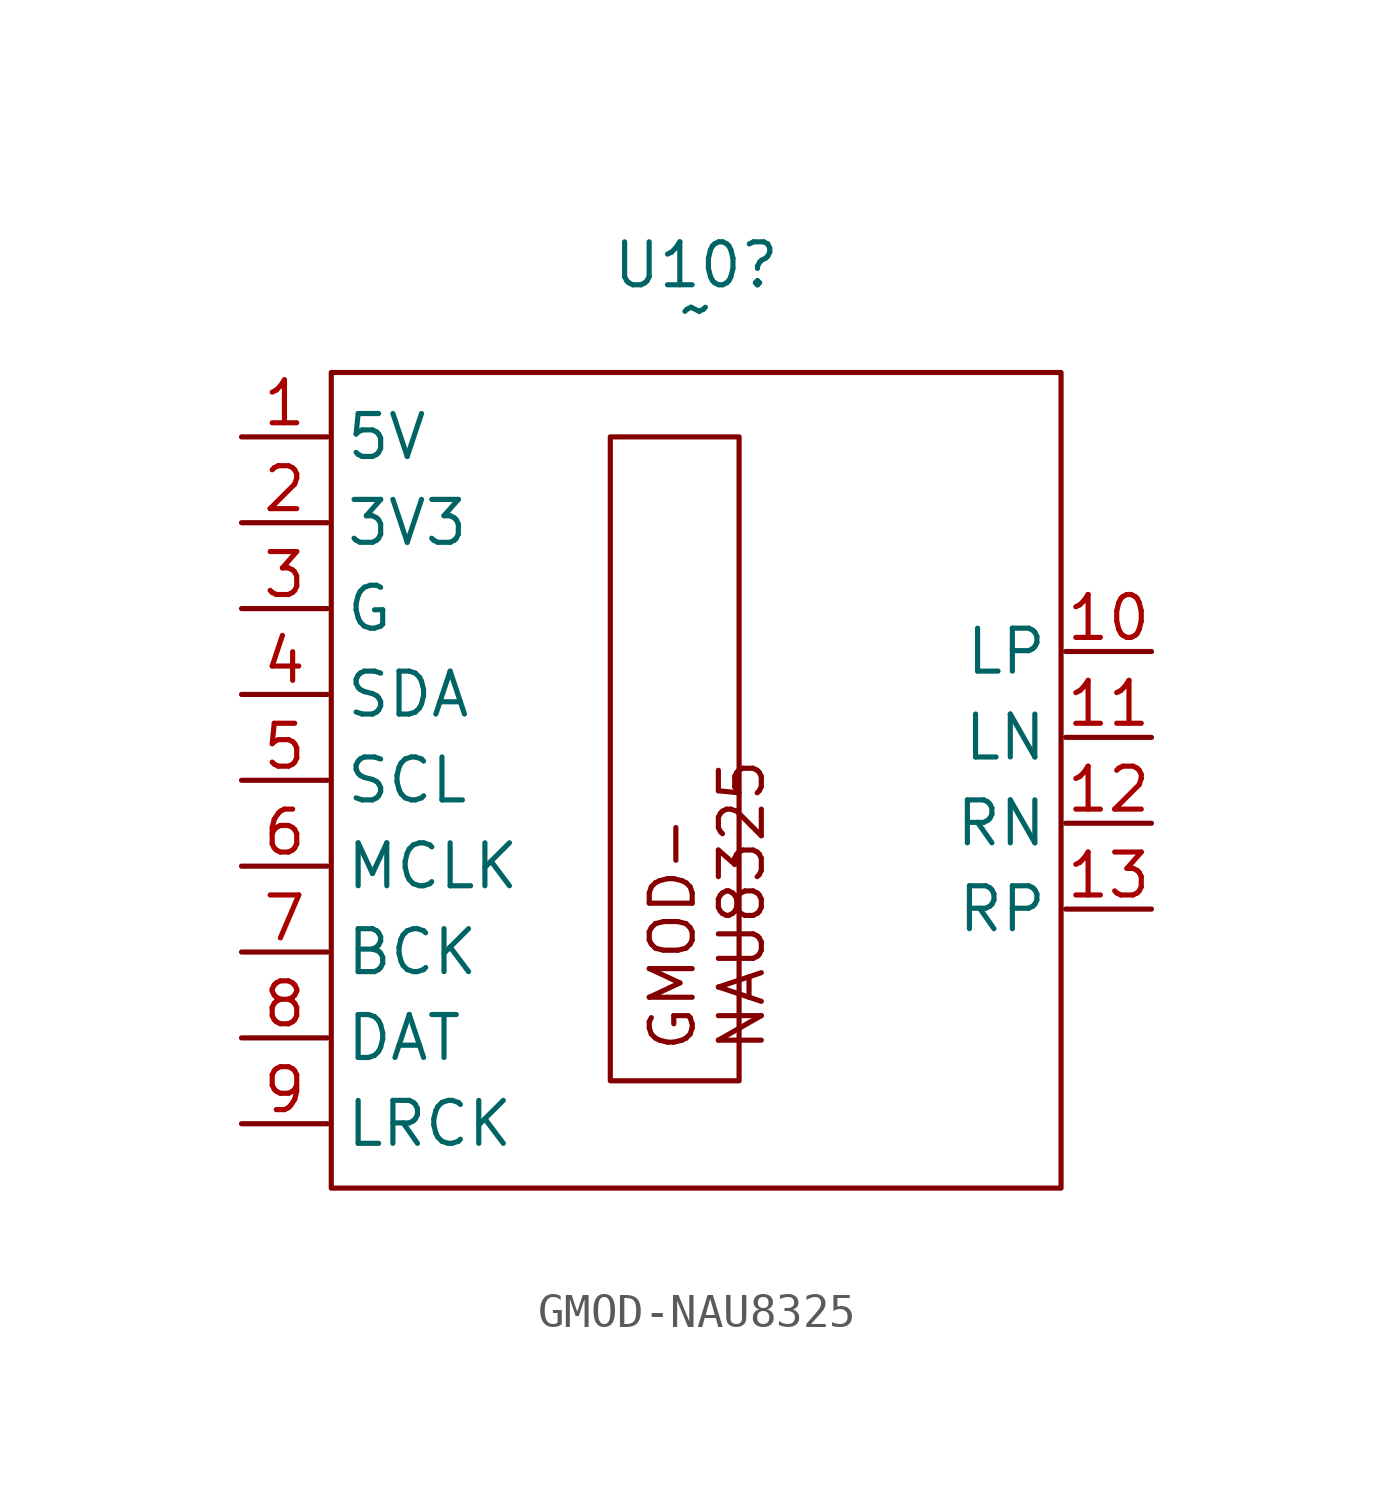
<source format=kicad_sym>
(kicad_symbol_lib
  (version 20241209)
  (generator "kicad_symbol_editor")
  (generator_version "9.0")
  (symbol "GMOD-NAU8325"
    (property "Reference" "U10"
      (at 0 15.24 0)
      (effects (font (size 1.27 1.27))))
    (property "Value" "~"
      (at 0 13.97 0)
      (effects (font (size 1.27 1.27))))
    (symbol "GMOD-NAU8325_0_1"
      (rectangle (start -10.795 12.065) (end 10.795 -12.065) (stroke (width 0) (type default)) (fill (type none))))
    (symbol "GMOD-NAU8325_1_1"
      (text_box "GMOD- NAU8325\n" (at -2.54 10.16 90) (size 3.81 -19.05) (margins 1.1 1.778 0.3 0.8) (stroke (width 0) (type solid)) (fill (type none)) (effects (font (size 1.27 1.27)) (justify left top)))
      (pin power_in line (at -13.45 10.16 0) (length 2.54) (name "5V" (effects (font (size 1.27 1.27)))) (number "1" (effects (font (size 1.27 1.27)))))
      (pin power_in line (at -13.45 7.62 0) (length 2.54) (name "3V3" (effects (font (size 1.27 1.27)))) (number "2" (effects (font (size 1.27 1.27)))))
      (pin bidirectional line (at -13.45 5.08 0) (length 2.54) (name "G" (effects (font (size 1.27 1.27)))) (number "3" (effects (font (size 1.27 1.27)))))
      (pin bidirectional line (at -13.45 2.54 0) (length 2.54) (name "SDA" (effects (font (size 1.27 1.27)))) (number "4" (effects (font (size 1.27 1.27)))))
      (pin bidirectional line (at -13.45 0 0) (length 2.54) (name "SCL" (effects (font (size 1.27 1.27)))) (number "5" (effects (font (size 1.27 1.27)))))
      (pin bidirectional line (at -13.45 -2.54 0) (length 2.54) (name "MCLK" (effects (font (size 1.27 1.27)))) (number "6" (effects (font (size 1.27 1.27)))))
      (pin bidirectional line (at -13.45 -5.08 0) (length 2.54) (name "BCK" (effects (font (size 1.27 1.27)))) (number "7" (effects (font (size 1.27 1.27)))))
      (pin bidirectional line (at -13.45 -7.62 0) (length 2.54) (name "DAT" (effects (font (size 1.27 1.27)))) (number "8" (effects (font (size 1.27 1.27)))))
      (pin bidirectional line (at -13.45 -10.16 0) (length 2.54) (name "LRCK" (effects (font (size 1.27 1.27)))) (number "9" (effects (font (size 1.27 1.27)))))
      (pin bidirectional line (at 13.47 3.81 180) (length 2.54) (name "LP" (effects (font (size 1.27 1.27)))) (number "10" (effects (font (size 1.27 1.27)))))
      (pin bidirectional line (at 13.47 1.27 180) (length 2.54) (name "LN" (effects (font (size 1.27 1.27)))) (number "11" (effects (font (size 1.27 1.27)))))
      (pin bidirectional line (at 13.47 -1.27 180) (length 2.54) (name "RN" (effects (font (size 1.27 1.27)))) (number "12" (effects (font (size 1.27 1.27)))))
      (pin bidirectional line (at 13.47 -3.81 180) (length 2.54) (name "RP" (effects (font (size 1.27 1.27)))) (number "13" (effects (font (size 1.27 1.27))))))))
</source>
